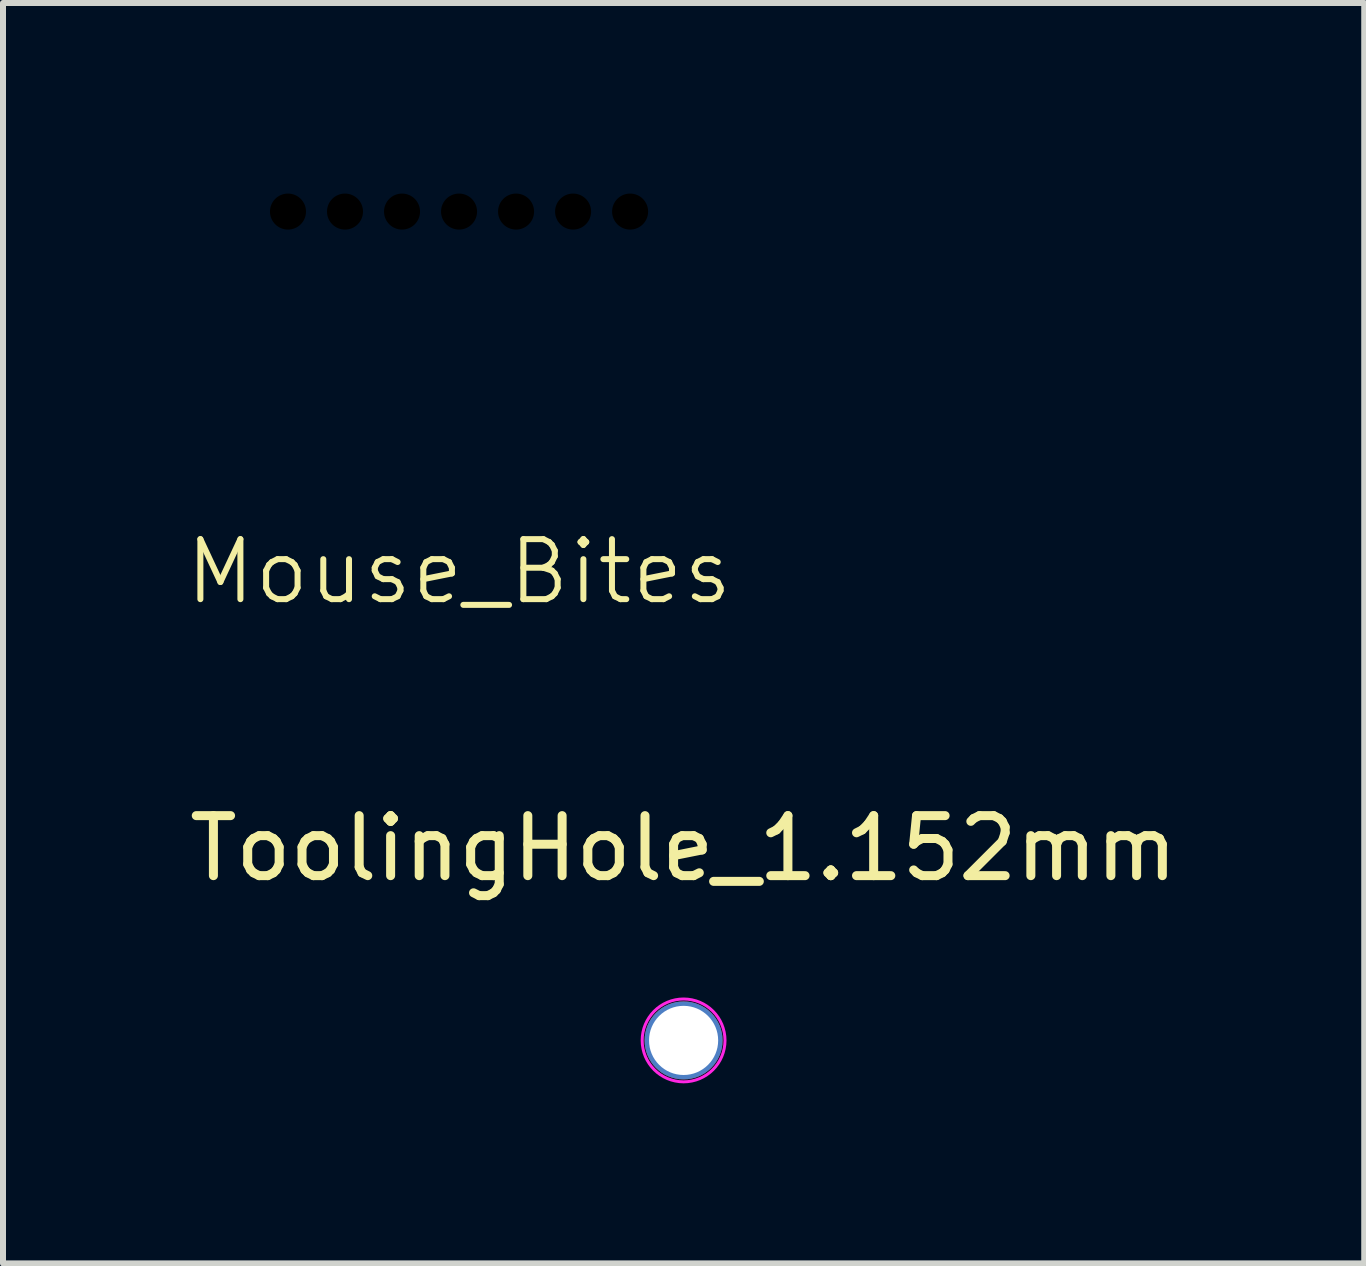
<source format=kicad_pcb>
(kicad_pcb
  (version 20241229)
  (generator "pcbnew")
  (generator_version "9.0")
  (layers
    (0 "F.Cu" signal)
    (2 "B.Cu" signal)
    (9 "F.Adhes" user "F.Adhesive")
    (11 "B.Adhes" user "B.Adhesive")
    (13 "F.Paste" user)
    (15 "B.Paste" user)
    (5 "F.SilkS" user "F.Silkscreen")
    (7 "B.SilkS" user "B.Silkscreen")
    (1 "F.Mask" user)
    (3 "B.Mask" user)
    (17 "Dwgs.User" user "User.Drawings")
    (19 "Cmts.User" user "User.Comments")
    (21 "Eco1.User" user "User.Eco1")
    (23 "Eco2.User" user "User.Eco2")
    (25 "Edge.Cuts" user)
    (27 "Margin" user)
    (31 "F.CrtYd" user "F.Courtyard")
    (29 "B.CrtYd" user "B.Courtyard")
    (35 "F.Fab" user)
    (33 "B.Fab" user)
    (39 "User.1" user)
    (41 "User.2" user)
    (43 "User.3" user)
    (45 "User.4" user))
  (footprint "Mouse_Bites"
    (layer "F.Cu")
    (at 4.598 0.475)
    (property "Reference" "Mouse_Bites" (at 0 6 0) (unlocked yes) (layer "F.SilkS") (effects (font (size 1 1) (thickness 0.1))))
    (attr through_hole board_only)
    (pad "" np_thru_hole circle (at -2.85 0) (size 0.95 0.95) (drill 0.6) (layers "*.Mask"))
    (pad "" np_thru_hole circle (at -1.9 0) (size 0.95 0.95) (drill 0.6) (layers "*.Mask"))
    (pad "" np_thru_hole circle (at -0.95 0) (size 0.95 0.95) (drill 0.6) (layers "*.Mask"))
    (pad "" np_thru_hole circle (at 0 0) (size 0.95 0.95) (drill 0.6) (layers "*.Mask"))
    (pad "" np_thru_hole circle (at 0.95 0) (size 0.95 0.95) (drill 0.6) (layers "*.Mask"))
    (pad "" np_thru_hole circle (at 1.9 0) (size 0.95 0.95) (drill 0.6) (layers "*.Mask"))
    (pad "" np_thru_hole circle (at 2.85 0) (size 0.95 0.95) (drill 0.6) (layers "*.Mask")))
  (footprint "ToolingHole_1.152mm"
    (layer "F.Cu")
    (at 8.339 14.284)
    (property "Reference" "ToolingHole_1.152mm" (at 0 -3.2 0) (layer "F.SilkS") (effects (font (size 1 1) (thickness 0.15))))
    (attr board_only exclude_from_pos_files exclude_from_bom)
    (private_layers "User.9")
    (fp_circle (center 0 0) (end 0.69 0) (stroke (width 0.05) (type solid)) (fill no) (layer "F.CrtYd"))
    (fp_text_box "Need to be non-plated, per JLC" (start -10.1 2.2) (end 9.95 6) (margins 0.8 0.8 0.8 0.8) (layer "User.9") (effects (font (size 1 1) (thickness 0.15)) (justify left top)) (border yes) (stroke (width 0.1) (type solid)))
    (pad "" np_thru_hole circle (at 0 0) (size 1.3 1.3) (drill 1.152) (layers "*.Cu" "*.Mask")))
  (gr_rect
    (start -3 -3)
    (end 19.679 17.999)
    (stroke (width 0.1) (type default))
    (fill no)
    (layer "Edge.Cuts")))
</source>
